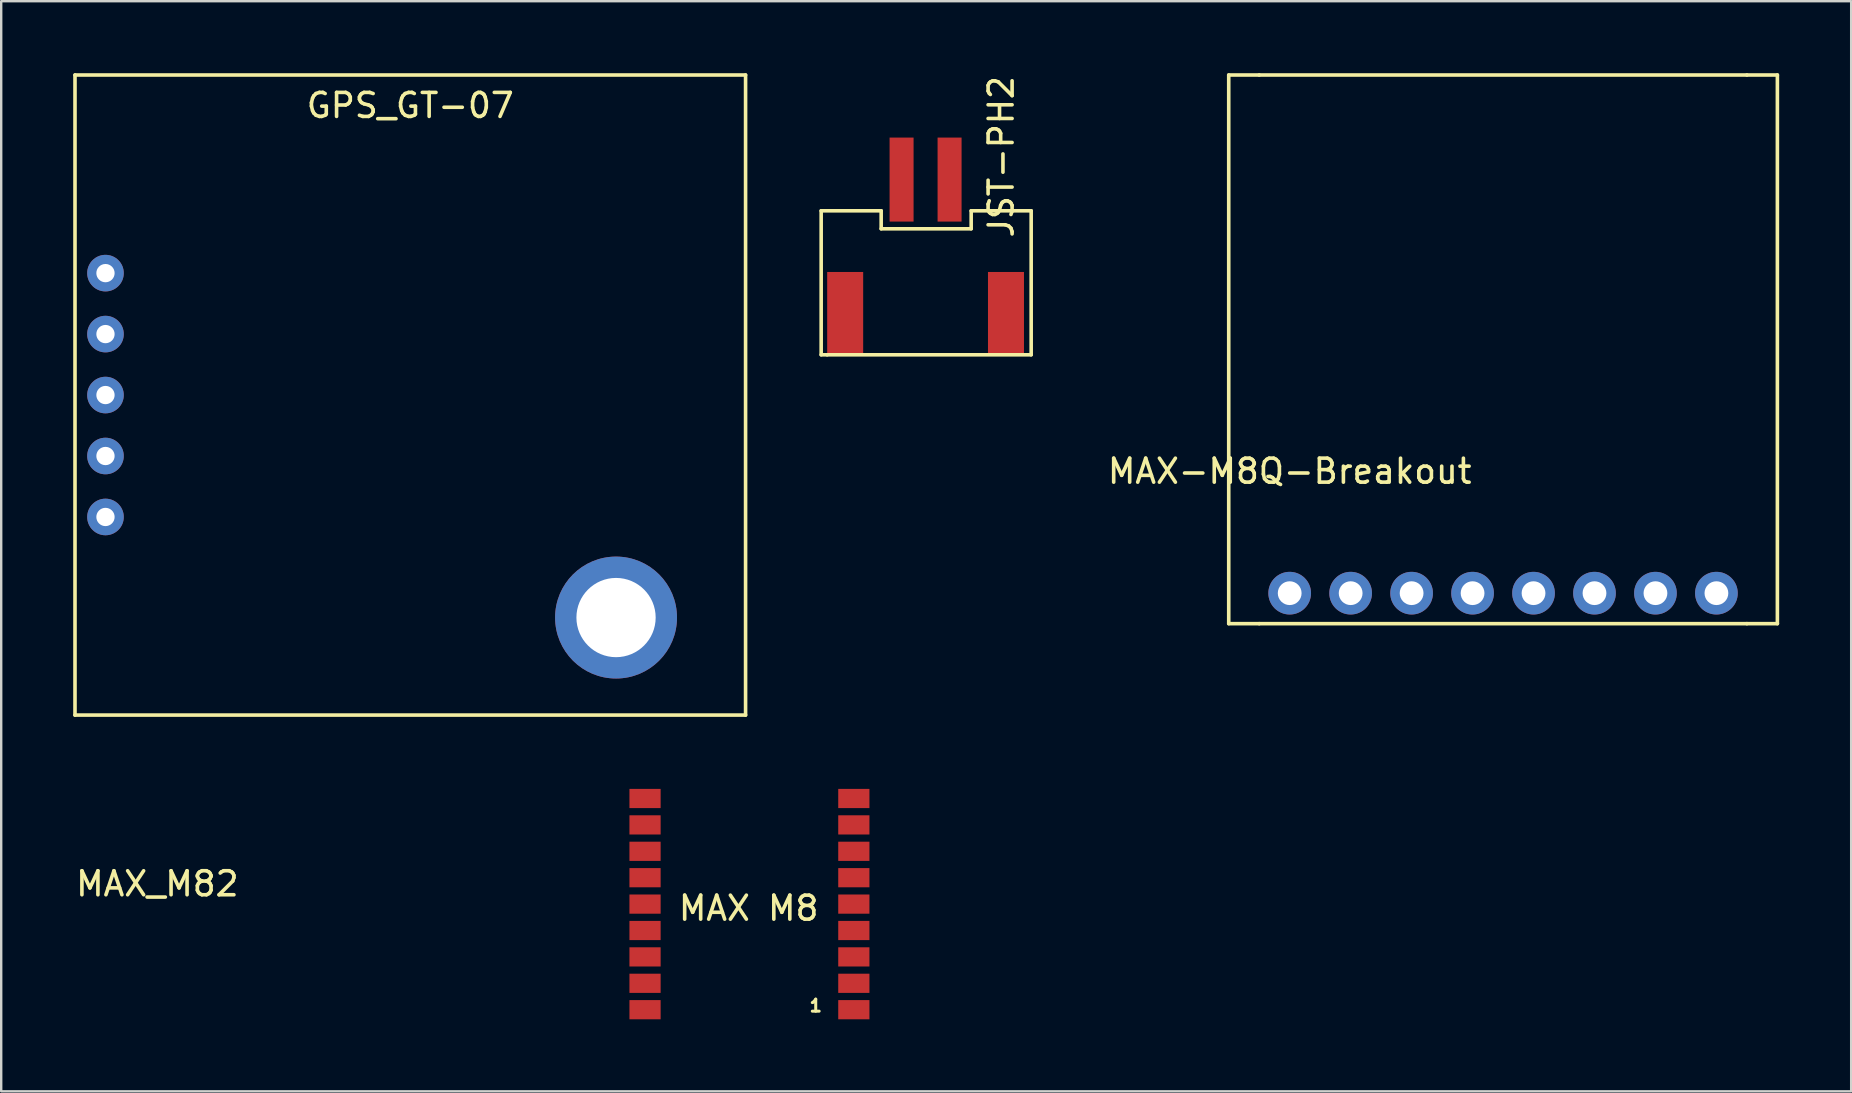
<source format=kicad_pcb>
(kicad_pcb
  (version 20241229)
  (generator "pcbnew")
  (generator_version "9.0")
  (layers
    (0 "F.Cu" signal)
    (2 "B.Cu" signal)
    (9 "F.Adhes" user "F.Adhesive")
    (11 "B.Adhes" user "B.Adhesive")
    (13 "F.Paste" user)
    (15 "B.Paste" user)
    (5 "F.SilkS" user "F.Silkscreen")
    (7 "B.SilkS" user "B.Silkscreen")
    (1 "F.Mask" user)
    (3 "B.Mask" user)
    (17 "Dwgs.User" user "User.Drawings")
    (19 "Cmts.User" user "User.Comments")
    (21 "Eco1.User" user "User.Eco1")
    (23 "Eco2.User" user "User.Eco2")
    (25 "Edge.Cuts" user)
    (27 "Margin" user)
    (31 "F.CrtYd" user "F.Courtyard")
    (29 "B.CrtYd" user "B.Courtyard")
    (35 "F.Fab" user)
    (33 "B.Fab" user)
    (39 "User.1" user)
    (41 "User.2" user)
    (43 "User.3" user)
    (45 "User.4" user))
  (footprint "MAX_M82"
    (layer "F.Cu")
    (at 23.826 30.22)
    (property "Reference" "MAX_M82" (at -20.32 3.556 0) (layer "F.SilkS") (effects (font (size 1 1) (thickness 0.15))))
    (attr through_hole)
    (fp_text user "MAX M8" (at 4.318 4.572 180) (layer "F.SilkS") (effects (font (size 1 1) (thickness 0.15))))
    (fp_text user "1" (at 7.112 8.636 0) (layer "F.SilkS") (effects (font (size 0.5 0.5) (thickness 0.125))))
    (pad "1" smd rect (at 8.7 8.8) (size 1.3 0.8) (layers "F.Cu" "F.Mask" "F.Paste"))
    (pad "2" smd rect (at 8.7 7.7) (size 1.3 0.8) (layers "F.Cu" "F.Mask" "F.Paste"))
    (pad "3" smd rect (at 8.7 6.6) (size 1.3 0.8) (layers "F.Cu" "F.Mask" "F.Paste"))
    (pad "4" smd rect (at 8.7 5.5) (size 1.3 0.8) (layers "F.Cu" "F.Mask" "F.Paste"))
    (pad "5" smd rect (at 8.7 4.4) (size 1.3 0.8) (layers "F.Cu" "F.Mask" "F.Paste"))
    (pad "6" smd rect (at 8.7 3.3) (size 1.3 0.8) (layers "F.Cu" "F.Mask" "F.Paste"))
    (pad "7" smd rect (at 8.7 2.2) (size 1.3 0.8) (layers "F.Cu" "F.Mask" "F.Paste"))
    (pad "8" smd rect (at 8.7 1.1) (size 1.3 0.8) (layers "F.Cu" "F.Mask" "F.Paste"))
    (pad "9" smd rect (at 8.7 0) (size 1.3 0.8) (layers "F.Cu" "F.Mask" "F.Paste"))
    (pad "10" smd rect (at 0 0) (size 1.3 0.8) (layers "F.Cu" "F.Mask" "F.Paste"))
    (pad "11" smd rect (at 0 1.1) (size 1.3 0.8) (layers "F.Cu" "F.Mask" "F.Paste"))
    (pad "12" smd rect (at 0 2.2) (size 1.3 0.8) (layers "F.Cu" "F.Mask" "F.Paste"))
    (pad "13" smd rect (at 0 3.3) (size 1.3 0.8) (layers "F.Cu" "F.Mask" "F.Paste"))
    (pad "14" smd rect (at 0 4.4) (size 1.3 0.8) (layers "F.Cu" "F.Mask" "F.Paste"))
    (pad "15" smd rect (at 0 5.5) (size 1.3 0.8) (layers "F.Cu" "F.Mask" "F.Paste"))
    (pad "16" smd rect (at 0 6.6) (size 1.3 0.8) (layers "F.Cu" "F.Mask" "F.Paste"))
    (pad "17" smd rect (at 0 7.7) (size 1.3 0.8) (layers "F.Cu" "F.Mask" "F.Paste"))
    (pad "18" smd rect (at 0 8.8) (size 1.3 0.8) (layers "F.Cu" "F.Mask" "F.Paste")))
  (footprint "MAX-M8Q-Breakout"
    (layer "F.Cu")
    (at 50.686 21.665)
    (property "Reference" "MAX-M8Q-Breakout" (at 0 -5.08 0) (layer "F.SilkS") (effects (font (size 1 1) (thickness 0.15))))
    (attr through_hole)
    (fp_line (start -2.54 -21.59) (end -2.54 1.27) (stroke (width 0.15) (type solid)) (layer "F.SilkS"))
    (fp_line (start -2.54 -21.59) (end -1.27 -21.59) (stroke (width 0.15) (type solid)) (layer "F.SilkS"))
    (fp_line (start -2.54 1.27) (end -1.27 1.27) (stroke (width 0.15) (type solid)) (layer "F.SilkS"))
    (fp_line (start -1.27 1.27) (end 19.05 1.27) (stroke (width 0.15) (type solid)) (layer "F.SilkS"))
    (fp_line (start 19.05 -21.59) (end -1.27 -21.59) (stroke (width 0.15) (type solid)) (layer "F.SilkS"))
    (fp_line (start 19.05 -21.59) (end 20.32 -21.59) (stroke (width 0.15) (type solid)) (layer "F.SilkS"))
    (fp_line (start 19.05 1.27) (end 20.32 1.27) (stroke (width 0.15) (type solid)) (layer "F.SilkS"))
    (fp_line (start 20.32 1.27) (end 20.32 -21.59) (stroke (width 0.15) (type solid)) (layer "F.SilkS"))
    (pad "1" thru_hole circle (at 0 0) (size 1.778 1.778) (drill 0.991) (layers "*.Cu" "*.Mask"))
    (pad "2" thru_hole circle (at 2.54 0) (size 1.778 1.778) (drill 0.991) (layers "*.Cu" "*.Mask"))
    (pad "3" thru_hole circle (at 5.08 0) (size 1.778 1.778) (drill 0.991) (layers "*.Cu" "*.Mask"))
    (pad "4" thru_hole circle (at 7.62 0) (size 1.778 1.778) (drill 0.991) (layers "*.Cu" "*.Mask"))
    (pad "5" thru_hole circle (at 10.16 0) (size 1.778 1.778) (drill 0.991) (layers "*.Cu" "*.Mask"))
    (pad "6" thru_hole circle (at 12.7 0) (size 1.778 1.778) (drill 0.991) (layers "*.Cu" "*.Mask"))
    (pad "7" thru_hole circle (at 15.24 0) (size 1.778 1.778) (drill 0.991) (layers "*.Cu" "*.Mask"))
    (pad "8" thru_hole circle (at 17.78 0) (size 1.778 1.778) (drill 0.991) (layers "*.Cu" "*.Mask")))
  (footprint "JST-PH2"
    (layer "F.Cu")
    (at 32.165 9.982)
    (property "Reference" "JST-PH2" (at 6.5 -6.5 90) (layer "F.SilkS") (effects (font (size 1 1) (thickness 0.15))))
    (attr through_hole)
    (fp_line (start -1 -4.25) (end -1 1.75) (stroke (width 0.15) (type solid)) (layer "F.SilkS"))
    (fp_line (start -1 1.75) (end -0.75 1.75) (stroke (width 0.15) (type solid)) (layer "F.SilkS"))
    (fp_line (start -0.75 1.75) (end 7.75 1.75) (stroke (width 0.15) (type solid)) (layer "F.SilkS"))
    (fp_line (start 1.5 -4.25) (end -1 -4.25) (stroke (width 0.15) (type solid)) (layer "F.SilkS"))
    (fp_line (start 1.5 -3.5) (end 1.5 -4.25) (stroke (width 0.15) (type solid)) (layer "F.SilkS"))
    (fp_line (start 5.25 -4.25) (end 5.25 -3.5) (stroke (width 0.15) (type solid)) (layer "F.SilkS"))
    (fp_line (start 5.25 -3.5) (end 1.5 -3.5) (stroke (width 0.15) (type solid)) (layer "F.SilkS"))
    (fp_line (start 7.75 -4.25) (end 5.25 -4.25) (stroke (width 0.15) (type solid)) (layer "F.SilkS"))
    (fp_line (start 7.75 1.75) (end 7.75 -4.25) (stroke (width 0.15) (type solid)) (layer "F.SilkS"))
    (pad "" smd rect (at 0 0) (size 1.5 3.4) (layers "F.Cu" "F.Mask" "F.Paste"))
    (pad "" smd rect (at 6.7 0) (size 1.5 3.4) (layers "F.Cu" "F.Mask" "F.Paste"))
    (pad "1" smd rect (at 2.35 -5.55) (size 1 3.5) (layers "F.Cu" "F.Mask" "F.Paste"))
    (pad "2" smd rect (at 4.35 -5.55) (size 1 3.5) (layers "F.Cu" "F.Mask" "F.Paste")))
  (footprint "GPS_GT-07"
    (layer "F.Cu")
    (at 1.345 8.33)
    (property "Reference" "GPS_GT-07" (at 12.7 -6.985 0) (layer "F.SilkS") (effects (font (size 1 1) (thickness 0.15))))
    (attr through_hole)
    (fp_line (start -1.27 -8.255) (end -1.27 18.415) (stroke (width 0.15) (type solid)) (layer "F.SilkS"))
    (fp_line (start -1.27 18.415) (end 26.67 18.415) (stroke (width 0.15) (type solid)) (layer "F.SilkS"))
    (fp_line (start 26.67 -8.255) (end -1.27 -8.255) (stroke (width 0.15) (type solid)) (layer "F.SilkS"))
    (fp_line (start 26.67 18.415) (end 26.67 -8.255) (stroke (width 0.15) (type solid)) (layer "F.SilkS"))
    (pad "" thru_hole circle (at 21.273 14.351) (size 5.08 5.08) (drill 3.302) (layers "*.Cu" "*.Mask"))
    (pad "1" thru_hole circle (at 0 0) (size 1.524 1.524) (drill 0.762) (layers "*.Cu" "*.Mask"))
    (pad "2" thru_hole circle (at 0 2.54) (size 1.524 1.524) (drill 0.762) (layers "*.Cu" "*.Mask"))
    (pad "3" thru_hole circle (at 0 5.08) (size 1.524 1.524) (drill 0.762) (layers "*.Cu" "*.Mask"))
    (pad "4" thru_hole circle (at 0 7.62) (size 1.524 1.524) (drill 0.762) (layers "*.Cu" "*.Mask"))
    (pad "5" thru_hole circle (at 0 10.16) (size 1.524 1.524) (drill 0.762) (layers "*.Cu" "*.Mask")))
  (gr_rect
    (start -3 -3)
    (end 74.081 42.42)
    (stroke (width 0.1) (type default))
    (fill no)
    (layer "Edge.Cuts")))
</source>
